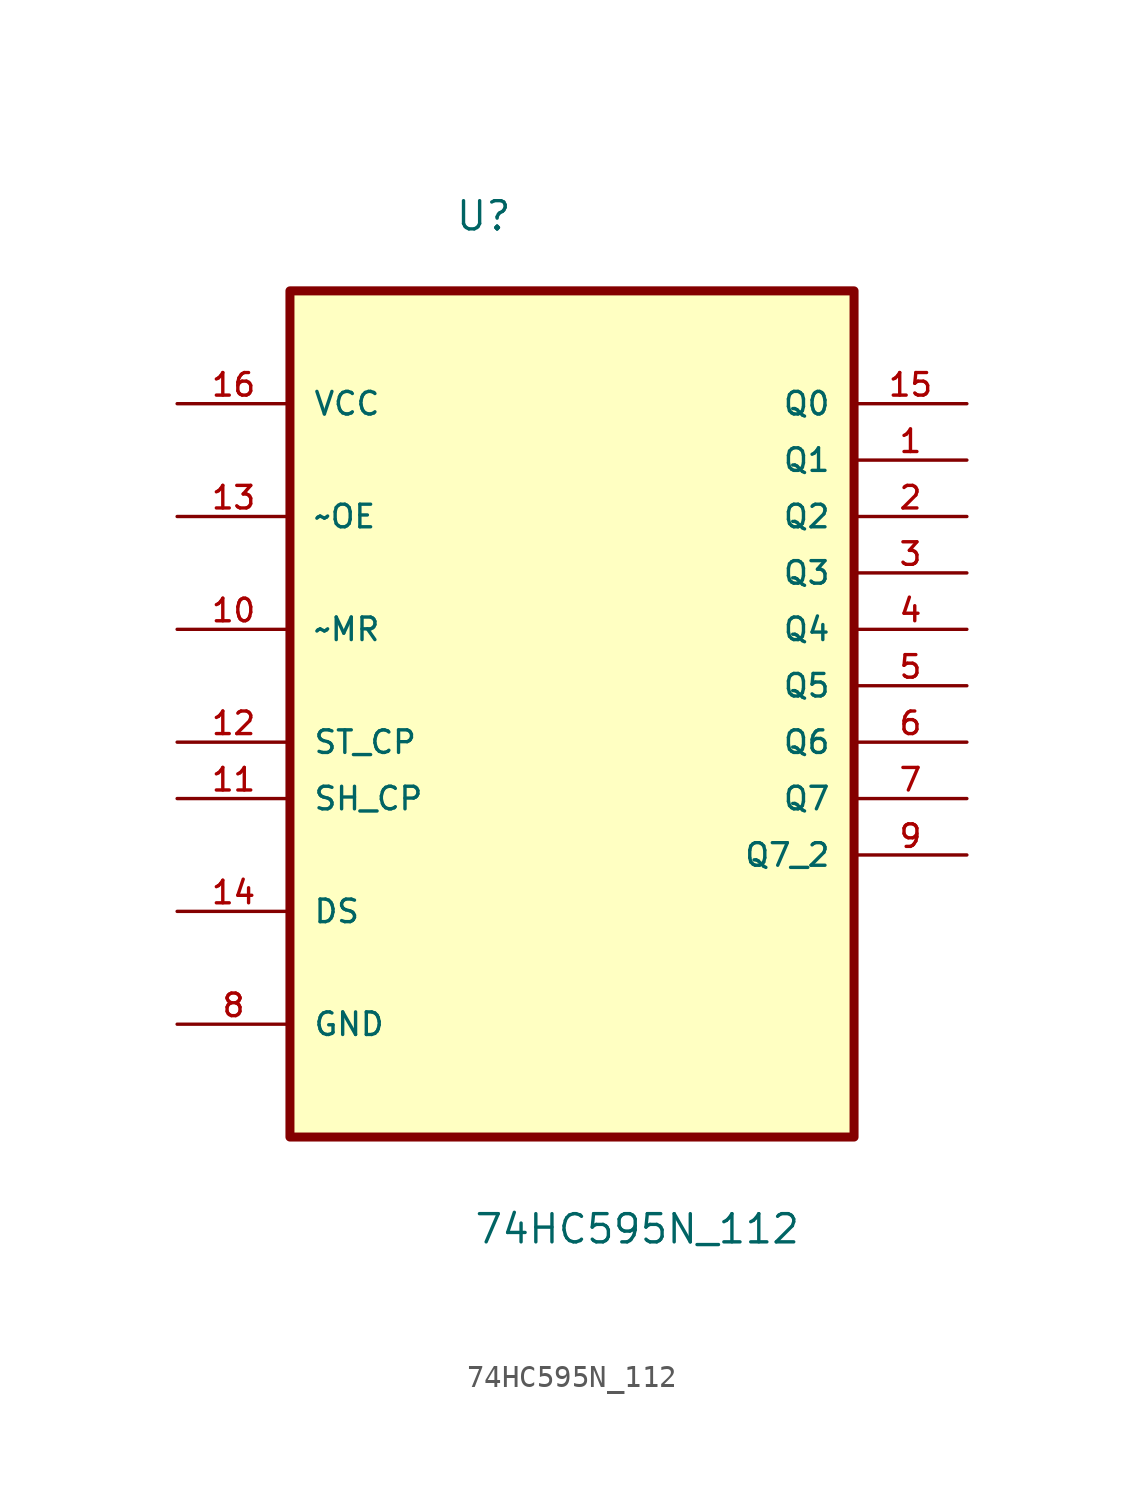
<source format=kicad_sym>
(kicad_symbol_lib
  (version 20211014)
  (generator kicad_symbol_editor)
  (symbol "74HC595N_112"
    (pin_names
      (offset 1.016))
    (property "Reference" "U"
      (at -5.287 17.868 0.0)
      (effects (font (size 1.27 1.27)) (justify bottom left)))
    (property "Value" "74HC595N_112"
      (at -4.45 -27.744 0.0)
      (effects (font (size 1.27 1.27)) (justify bottom left)))
    (symbol "74HC595N_112_0_0"
      (rectangle (start -12.7 -22.86) (end 12.7 15.24) (stroke (width 0.406)) (fill (type background)))
      (pin power_in line (at -17.78 10.16 0) (length 5.08) (name "VCC" (effects (font (size 1.016 1.016)))) (number "16" (effects (font (size 1.016 1.016)))))
      (pin input line (at -17.78 5.08 0) (length 5.08) (name "~OE" (effects (font (size 1.016 1.016)))) (number "13" (effects (font (size 1.016 1.016)))))
      (pin input line (at -17.78 0.0 0) (length 5.08) (name "~MR" (effects (font (size 1.016 1.016)))) (number "10" (effects (font (size 1.016 1.016)))))
      (pin input line (at -17.78 -5.08 0) (length 5.08) (name "ST_CP" (effects (font (size 1.016 1.016)))) (number "12" (effects (font (size 1.016 1.016)))))
      (pin input line (at -17.78 -7.62 0) (length 5.08) (name "SH_CP" (effects (font (size 1.016 1.016)))) (number "11" (effects (font (size 1.016 1.016)))))
      (pin input line (at -17.78 -12.7 0) (length 5.08) (name "DS" (effects (font (size 1.016 1.016)))) (number "14" (effects (font (size 1.016 1.016)))))
      (pin passive line (at -17.78 -17.78 0) (length 5.08) (name "GND" (effects (font (size 1.016 1.016)))) (number "8" (effects (font (size 1.016 1.016)))))
      (pin output line (at 17.78 10.16 180.0) (length 5.08) (name "Q0" (effects (font (size 1.016 1.016)))) (number "15" (effects (font (size 1.016 1.016)))))
      (pin output line (at 17.78 7.62 180.0) (length 5.08) (name "Q1" (effects (font (size 1.016 1.016)))) (number "1" (effects (font (size 1.016 1.016)))))
      (pin output line (at 17.78 5.08 180.0) (length 5.08) (name "Q2" (effects (font (size 1.016 1.016)))) (number "2" (effects (font (size 1.016 1.016)))))
      (pin output line (at 17.78 2.54 180.0) (length 5.08) (name "Q3" (effects (font (size 1.016 1.016)))) (number "3" (effects (font (size 1.016 1.016)))))
      (pin output line (at 17.78 0.0 180.0) (length 5.08) (name "Q4" (effects (font (size 1.016 1.016)))) (number "4" (effects (font (size 1.016 1.016)))))
      (pin output line (at 17.78 -2.54 180.0) (length 5.08) (name "Q5" (effects (font (size 1.016 1.016)))) (number "5" (effects (font (size 1.016 1.016)))))
      (pin output line (at 17.78 -5.08 180.0) (length 5.08) (name "Q6" (effects (font (size 1.016 1.016)))) (number "6" (effects (font (size 1.016 1.016)))))
      (pin output line (at 17.78 -7.62 180.0) (length 5.08) (name "Q7" (effects (font (size 1.016 1.016)))) (number "7" (effects (font (size 1.016 1.016)))))
      (pin output line (at 17.78 -10.16 180.0) (length 5.08) (name "Q7_2" (effects (font (size 1.016 1.016)))) (number "9" (effects (font (size 1.016 1.016))))))))
</source>
